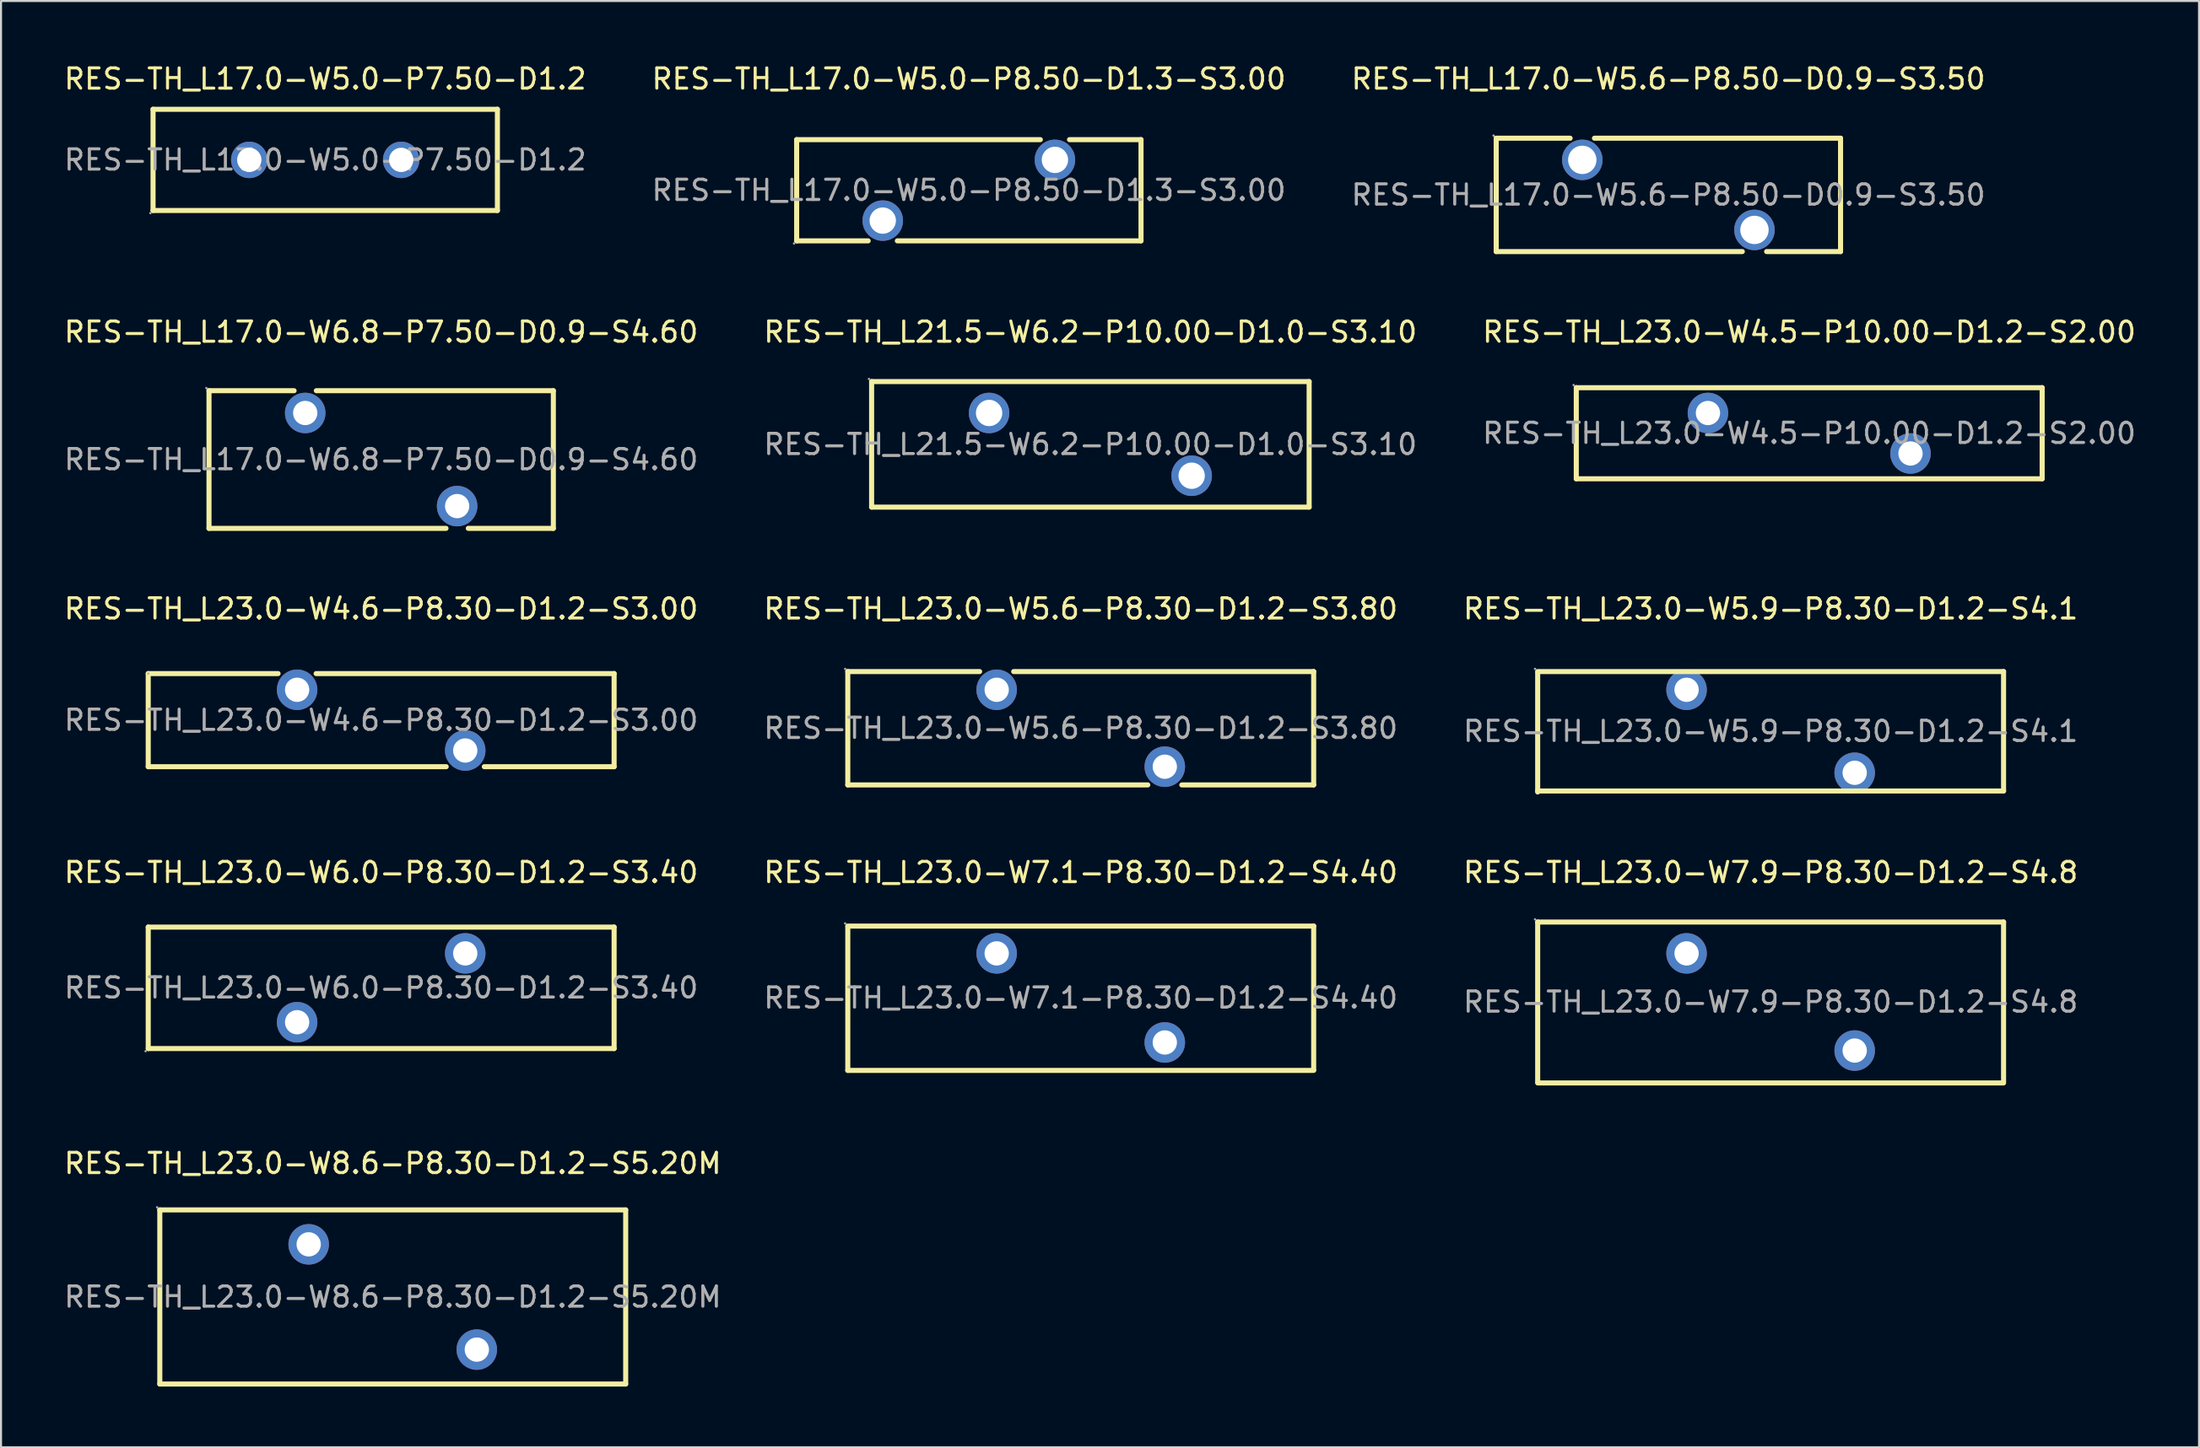
<source format=kicad_pcb>
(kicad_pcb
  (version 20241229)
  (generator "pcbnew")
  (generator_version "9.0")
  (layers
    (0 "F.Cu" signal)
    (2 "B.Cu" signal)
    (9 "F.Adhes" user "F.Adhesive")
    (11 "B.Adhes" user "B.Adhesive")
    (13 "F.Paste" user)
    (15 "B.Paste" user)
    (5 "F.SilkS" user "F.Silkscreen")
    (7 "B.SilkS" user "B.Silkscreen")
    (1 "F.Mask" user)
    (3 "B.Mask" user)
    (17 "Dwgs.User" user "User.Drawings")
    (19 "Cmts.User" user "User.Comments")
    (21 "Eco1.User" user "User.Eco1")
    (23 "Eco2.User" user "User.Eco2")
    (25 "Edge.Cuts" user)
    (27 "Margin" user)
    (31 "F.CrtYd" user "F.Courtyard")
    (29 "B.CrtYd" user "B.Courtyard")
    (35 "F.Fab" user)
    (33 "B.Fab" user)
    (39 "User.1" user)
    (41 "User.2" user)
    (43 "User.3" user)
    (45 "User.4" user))
  (footprint "RES-TH_L23.0-W7.9-P8.30-D1.2-S4.8"
    (layer "F.Cu")
    (at 84.363 46.448)
    (property "Reference" "RES-TH_L23.0-W7.9-P8.30-D1.2-S4.8" (at 0 -6.4 0) (layer "F.SilkS") (effects (font (size 1 1) (thickness 0.15))))
    (attr through_hole)
    (fp_line (start -11.5 -3.95) (end 11.5 -3.95) (stroke (width 0.25) (type solid)) (layer "F.SilkS"))
    (fp_line (start -11.5 3.95) (end -11.5 -3.95) (stroke (width 0.25) (type solid)) (layer "F.SilkS"))
    (fp_line (start 11.5 -3.95) (end 11.5 3.95) (stroke (width 0.25) (type solid)) (layer "F.SilkS"))
    (fp_line (start 11.5 4) (end -11.5 4) (stroke (width 0.25) (type solid)) (layer "F.SilkS"))
    (fp_circle (center -11.63 -4.08) (end -11.6 -4.08) (stroke (width 0.06) (type solid)) (fill no) (layer "F.Fab"))
    (fp_circle (center -4.15 -2.4) (end -3.9 -2.4) (stroke (width 0.5) (type solid)) (fill no) (layer "F.Fab"))
    (fp_circle (center 4.15 2.4) (end 4.4 2.4) (stroke (width 0.5) (type solid)) (fill no) (layer "F.Fab"))
    (fp_text user "${REFERENCE}" (at 0 0 0) (layer "F.Fab") (effects (font (size 1 1) (thickness 0.15))))
    (pad "1" thru_hole circle (at -4.15 -2.4) (size 2 2) (drill 1.2) (layers "*.Cu" "*.Paste" "*.Mask"))
    (pad "2" thru_hole circle (at 4.15 2.4) (size 2 2) (drill 1.2) (layers "*.Cu" "*.Paste" "*.Mask")))
  (footprint "RES-TH_L23.0-W5.9-P8.30-D1.2-S4.1"
    (layer "F.Cu")
    (at 84.363 33.075)
    (property "Reference" "RES-TH_L23.0-W5.9-P8.30-D1.2-S4.1" (at 0 -6.05 0) (layer "F.SilkS") (effects (font (size 1 1) (thickness 0.15))))
    (attr through_hole)
    (fp_line (start -11.5 -2.95) (end 11.5 -2.95) (stroke (width 0.25) (type solid)) (layer "F.SilkS"))
    (fp_line (start -11.5 3) (end -11.5 -2.9) (stroke (width 0.25) (type solid)) (layer "F.SilkS"))
    (fp_line (start 11.5 -2.95) (end 11.5 2.95) (stroke (width 0.25) (type solid)) (layer "F.SilkS"))
    (fp_line (start 11.5 2.95) (end -11.5 2.95) (stroke (width 0.25) (type solid)) (layer "F.SilkS"))
    (fp_circle (center -11.63 -3.08) (end -11.6 -3.08) (stroke (width 0.06) (type solid)) (fill no) (layer "F.Fab"))
    (fp_circle (center -4.15 -2.05) (end -3.9 -2.05) (stroke (width 0.5) (type solid)) (fill no) (layer "F.Fab"))
    (fp_circle (center 4.15 2.05) (end 4.4 2.05) (stroke (width 0.5) (type solid)) (fill no) (layer "F.Fab"))
    (fp_text user "${REFERENCE}" (at 0 0 0) (layer "F.Fab") (effects (font (size 1 1) (thickness 0.15))))
    (pad "1" thru_hole circle (at -4.15 -2.05) (size 2 2) (drill 1.2) (layers "*.Cu" "*.Paste" "*.Mask"))
    (pad "2" thru_hole circle (at 4.15 2.05) (size 2 2) (drill 1.2) (layers "*.Cu" "*.Paste" "*.Mask")))
  (footprint "RES-TH_L23.0-W4.5-P10.00-D1.2-S2.00"
    (layer "F.Cu")
    (at 86.268 18.352)
    (property "Reference" "RES-TH_L23.0-W4.5-P10.00-D1.2-S2.00" (at 0 -5 0) (layer "F.SilkS") (effects (font (size 1 1) (thickness 0.15))))
    (attr through_hole)
    (fp_line (start -11.5 -2.25) (end 11.5 -2.25) (stroke (width 0.25) (type solid)) (layer "F.SilkS"))
    (fp_line (start -11.5 2.25) (end -11.5 -2.25) (stroke (width 0.25) (type solid)) (layer "F.SilkS"))
    (fp_line (start 11.5 -2.25) (end 11.5 2.25) (stroke (width 0.25) (type solid)) (layer "F.SilkS"))
    (fp_line (start 11.5 2.25) (end -11.5 2.25) (stroke (width 0.25) (type solid)) (layer "F.SilkS"))
    (fp_circle (center -11.63 -2.38) (end -11.6 -2.38) (stroke (width 0.06) (type solid)) (fill no) (layer "F.Fab"))
    (fp_circle (center -5 -1) (end -4.75 -1) (stroke (width 0.5) (type solid)) (fill no) (layer "F.Fab"))
    (fp_circle (center 5 1) (end 5.25 1) (stroke (width 0.5) (type solid)) (fill no) (layer "F.Fab"))
    (fp_text user "${REFERENCE}" (at 0 0 0) (layer "F.Fab") (effects (font (size 1 1) (thickness 0.15))))
    (pad "1" thru_hole circle (at -5 -1) (size 2 2) (drill 1.2) (layers "*.Cu" "*.Paste" "*.Mask"))
    (pad "2" thru_hole circle (at 5 1) (size 2 2) (drill 1.2) (layers "*.Cu" "*.Paste" "*.Mask")))
  (footprint "RES-TH_L23.0-W8.6-P8.30-D1.2-S5.20M"
    (layer "F.Cu")
    (at 16.339 61.021)
    (property "Reference" "RES-TH_L23.0-W8.6-P8.30-D1.2-S5.20M" (at 0 -6.6 0) (layer "F.SilkS") (effects (font (size 1 1) (thickness 0.15))))
    (attr through_hole)
    (fp_line (start -11.5 -4.3) (end 11.5 -4.3) (stroke (width 0.25) (type solid)) (layer "F.SilkS"))
    (fp_line (start -11.5 4.3) (end -11.5 -4.3) (stroke (width 0.25) (type solid)) (layer "F.SilkS"))
    (fp_line (start 11.5 -4.3) (end 11.5 4.3) (stroke (width 0.25) (type solid)) (layer "F.SilkS"))
    (fp_line (start 11.5 4.3) (end -11.5 4.3) (stroke (width 0.25) (type solid)) (layer "F.SilkS"))
    (fp_circle (center -11.63 -4.43) (end -11.6 -4.43) (stroke (width 0.06) (type solid)) (fill no) (layer "F.Fab"))
    (fp_circle (center -4.15 -2.6) (end -3.9 -2.6) (stroke (width 0.5) (type solid)) (fill no) (layer "F.Fab"))
    (fp_circle (center 4.15 2.6) (end 4.4 2.6) (stroke (width 0.5) (type solid)) (fill no) (layer "F.Fab"))
    (fp_text user "${REFERENCE}" (at 0 0 0) (layer "F.Fab") (effects (font (size 1 1) (thickness 0.15))))
    (pad "1" thru_hole circle (at -4.15 -2.6) (size 2 2) (drill 1.2) (layers "*.Cu" "*.Paste" "*.Mask"))
    (pad "2" thru_hole circle (at 4.15 2.6) (size 2 2) (drill 1.2) (layers "*.Cu" "*.Paste" "*.Mask")))
  (footprint "RES-TH_L17.0-W5.0-P8.50-D1.3-S3.00"
    (layer "F.Cu")
    (at 44.78 6.348)
    (property "Reference" "RES-TH_L17.0-W5.0-P8.50-D1.3-S3.00" (at 0 -5.5 0) (layer "F.SilkS") (effects (font (size 1 1) (thickness 0.15))))
    (attr through_hole)
    (fp_line (start -8.5 -2.5) (end 3.53 -2.5) (stroke (width 0.25) (type solid)) (layer "F.SilkS"))
    (fp_line (start -8.5 2.5) (end -8.5 -2.5) (stroke (width 0.25) (type solid)) (layer "F.SilkS"))
    (fp_line (start -8.5 2.5) (end -4.97 2.5) (stroke (width 0.25) (type solid)) (layer "F.SilkS"))
    (fp_line (start -3.53 2.5) (end 8.5 2.5) (stroke (width 0.25) (type solid)) (layer "F.SilkS"))
    (fp_line (start 4.97 -2.5) (end 8.5 -2.5) (stroke (width 0.25) (type solid)) (layer "F.SilkS"))
    (fp_line (start 8.5 -2.5) (end 8.5 2.5) (stroke (width 0.25) (type solid)) (layer "F.SilkS"))
    (fp_circle (center -8.63 2.63) (end -8.6 2.63) (stroke (width 0.06) (type solid)) (fill no) (layer "F.Fab"))
    (fp_circle (center -4.25 1.5) (end -3.97 1.5) (stroke (width 0.55) (type solid)) (fill no) (layer "F.Fab"))
    (fp_circle (center 4.25 -1.5) (end 4.53 -1.5) (stroke (width 0.55) (type solid)) (fill no) (layer "F.Fab"))
    (fp_text user "${REFERENCE}" (at 0 0 0) (layer "F.Fab") (effects (font (size 1 1) (thickness 0.15))))
    (pad "1" thru_hole circle (at -4.25 1.5) (size 2 2) (drill 1.3) (layers "*.Cu" "*.Paste" "*.Mask"))
    (pad "2" thru_hole circle (at 4.25 -1.5) (size 2 2) (drill 1.3) (layers "*.Cu" "*.Paste" "*.Mask")))
  (footprint "RES-TH_L21.5-W6.2-P10.00-D1.0-S3.10"
    (layer "F.Cu")
    (at 50.78 18.901)
    (property "Reference" "RES-TH_L21.5-W6.2-P10.00-D1.0-S3.10" (at 0 -5.55 0) (layer "F.SilkS") (effects (font (size 1 1) (thickness 0.15))))
    (attr through_hole)
    (fp_line (start -10.8 -3.1) (end 10.8 -3.1) (stroke (width 0.25) (type solid)) (layer "F.SilkS"))
    (fp_line (start -10.8 3.1) (end -10.8 -3.1) (stroke (width 0.25) (type solid)) (layer "F.SilkS"))
    (fp_line (start 10.8 -3.1) (end 10.8 3.1) (stroke (width 0.25) (type solid)) (layer "F.SilkS"))
    (fp_line (start 10.8 3.1) (end -10.8 3.1) (stroke (width 0.25) (type solid)) (layer "F.SilkS"))
    (fp_circle (center -10.93 -3.23) (end -10.9 -3.23) (stroke (width 0.06) (type solid)) (fill no) (layer "F.Fab"))
    (fp_circle (center -5 -1.55) (end -4.72 -1.55) (stroke (width 0.55) (type solid)) (fill no) (layer "F.Fab"))
    (fp_circle (center 5 1.55) (end 5.28 1.55) (stroke (width 0.55) (type solid)) (fill no) (layer "F.Fab"))
    (fp_text user "${REFERENCE}" (at 0 0 0) (layer "F.Fab") (effects (font (size 1 1) (thickness 0.15))))
    (pad "1" thru_hole circle (at -5 -1.55) (size 2 2) (drill 1.3) (layers "*.Cu" "*.Paste" "*.Mask"))
    (pad "2" thru_hole circle (at 5 1.55) (size 2 2) (drill 1.3) (layers "*.Cu" "*.Paste" "*.Mask")))
  (footprint "RES-TH_L23.0-W5.6-P8.30-D1.2-S3.80"
    (layer "F.Cu")
    (at 50.304 32.925)
    (property "Reference" "RES-TH_L23.0-W5.6-P8.30-D1.2-S3.80" (at 0 -5.9 0) (layer "F.SilkS") (effects (font (size 1 1) (thickness 0.15))))
    (attr through_hole)
    (fp_line (start -11.5 -2.8) (end -4.99 -2.8) (stroke (width 0.25) (type solid)) (layer "F.SilkS"))
    (fp_line (start -11.5 2.8) (end -11.5 -2.8) (stroke (width 0.25) (type solid)) (layer "F.SilkS"))
    (fp_line (start -3.31 -2.8) (end 11.5 -2.8) (stroke (width 0.25) (type solid)) (layer "F.SilkS"))
    (fp_line (start 3.31 2.8) (end -11.5 2.8) (stroke (width 0.25) (type solid)) (layer "F.SilkS"))
    (fp_line (start 11.5 -2.8) (end 11.5 2.8) (stroke (width 0.25) (type solid)) (layer "F.SilkS"))
    (fp_line (start 11.5 2.8) (end 4.99 2.8) (stroke (width 0.25) (type solid)) (layer "F.SilkS"))
    (fp_circle (center -11.63 -2.93) (end -11.6 -2.93) (stroke (width 0.06) (type solid)) (fill no) (layer "F.Fab"))
    (fp_circle (center -4.15 -1.9) (end -3.9 -1.9) (stroke (width 0.5) (type solid)) (fill no) (layer "F.Fab"))
    (fp_circle (center 4.15 1.9) (end 4.4 1.9) (stroke (width 0.5) (type solid)) (fill no) (layer "F.Fab"))
    (fp_text user "${REFERENCE}" (at 0 0 0) (layer "F.Fab") (effects (font (size 1 1) (thickness 0.15))))
    (pad "1" thru_hole circle (at -4.15 -1.9) (size 2 2) (drill 1.2) (layers "*.Cu" "*.Paste" "*.Mask"))
    (pad "2" thru_hole circle (at 4.15 1.9) (size 2 2) (drill 1.2) (layers "*.Cu" "*.Paste" "*.Mask")))
  (footprint "RES-TH_L17.0-W5.0-P7.50-D1.2"
    (layer "F.Cu")
    (at 13.006 4.848)
    (property "Reference" "RES-TH_L17.0-W5.0-P7.50-D1.2" (at 0 -4 0) (layer "F.SilkS") (effects (font (size 1 1) (thickness 0.15))))
    (attr through_hole)
    (fp_line (start -8.5 -2.5) (end 8.5 -2.5) (stroke (width 0.25) (type solid)) (layer "F.SilkS"))
    (fp_line (start -8.5 2.5) (end -8.5 -2.5) (stroke (width 0.25) (type solid)) (layer "F.SilkS"))
    (fp_line (start 8.5 -2.5) (end 8.5 2.5) (stroke (width 0.25) (type solid)) (layer "F.SilkS"))
    (fp_line (start 8.5 2.5) (end -8.5 2.5) (stroke (width 0.25) (type solid)) (layer "F.SilkS"))
    (fp_circle (center -8.63 2.63) (end -8.6 2.63) (stroke (width 0.06) (type solid)) (fill no) (layer "F.Fab"))
    (fp_circle (center -3.75 0) (end -3.5 0) (stroke (width 0.5) (type solid)) (fill no) (layer "F.Fab"))
    (fp_circle (center 3.75 0) (end 4 0) (stroke (width 0.5) (type solid)) (fill no) (layer "F.Fab"))
    (fp_text user "${REFERENCE}" (at 0 0 0) (layer "F.Fab") (effects (font (size 1 1) (thickness 0.15))))
    (pad "1" thru_hole circle (at -3.75 0) (size 1.8 1.8) (drill 1.2) (layers "*.Cu" "*.Paste" "*.Mask"))
    (pad "2" thru_hole circle (at 3.75 0) (size 1.8 1.8) (drill 1.2) (layers "*.Cu" "*.Paste" "*.Mask")))
  (footprint "RES-TH_L17.0-W6.8-P7.50-D0.9-S4.60"
    (layer "F.Cu")
    (at 15.768 19.651)
    (property "Reference" "RES-TH_L17.0-W6.8-P7.50-D0.9-S4.60" (at 0 -6.3 0) (layer "F.SilkS") (effects (font (size 1 1) (thickness 0.15))))
    (attr through_hole)
    (fp_line (start -8.5 -3.4) (end -8.5 3.4) (stroke (width 0.25) (type solid)) (layer "F.SilkS"))
    (fp_line (start -8.5 -3.4) (end -4.3 -3.4) (stroke (width 0.25) (type solid)) (layer "F.SilkS"))
    (fp_line (start -8.5 3.4) (end 3.2 3.4) (stroke (width 0.25) (type solid)) (layer "F.SilkS"))
    (fp_line (start -3.2 -3.4) (end 8.5 -3.4) (stroke (width 0.25) (type solid)) (layer "F.SilkS"))
    (fp_line (start 4.3 3.4) (end 8.5 3.4) (stroke (width 0.25) (type solid)) (layer "F.SilkS"))
    (fp_line (start 8.5 -3.4) (end 8.5 3.4) (stroke (width 0.25) (type solid)) (layer "F.SilkS"))
    (fp_circle (center -8.63 -3.53) (end -8.6 -3.53) (stroke (width 0.06) (type solid)) (fill no) (layer "F.Fab"))
    (fp_circle (center -3.75 -2.3) (end -3.5 -2.3) (stroke (width 0.5) (type solid)) (fill no) (layer "F.Fab"))
    (fp_circle (center 3.75 2.3) (end 4 2.3) (stroke (width 0.5) (type solid)) (fill no) (layer "F.Fab"))
    (fp_text user "${REFERENCE}" (at 0 0 0) (layer "F.Fab") (effects (font (size 1 1) (thickness 0.15))))
    (pad "1" thru_hole circle (at -3.75 -2.3) (size 2 2) (drill 1.2) (layers "*.Cu" "*.Paste" "*.Mask"))
    (pad "2" thru_hole circle (at 3.75 2.3) (size 2 2) (drill 1.2) (layers "*.Cu" "*.Paste" "*.Mask")))
  (footprint "RES-TH_L23.0-W7.1-P8.30-D1.2-S4.40"
    (layer "F.Cu")
    (at 50.304 46.248)
    (property "Reference" "RES-TH_L23.0-W7.1-P8.30-D1.2-S4.40" (at 0 -6.2 0) (layer "F.SilkS") (effects (font (size 1 1) (thickness 0.15))))
    (attr through_hole)
    (fp_line (start -11.5 -3.55) (end 11.5 -3.55) (stroke (width 0.25) (type solid)) (layer "F.SilkS"))
    (fp_line (start -11.5 3.58) (end -11.5 -3.52) (stroke (width 0.25) (type solid)) (layer "F.SilkS"))
    (fp_line (start 11.5 -3.55) (end 11.5 3.55) (stroke (width 0.25) (type solid)) (layer "F.SilkS"))
    (fp_line (start 11.5 3.58) (end -11.5 3.58) (stroke (width 0.25) (type solid)) (layer "F.SilkS"))
    (fp_circle (center -11.63 -3.68) (end -11.6 -3.68) (stroke (width 0.06) (type solid)) (fill no) (layer "F.Fab"))
    (fp_circle (center -4.15 -2.2) (end -3.9 -2.2) (stroke (width 0.5) (type solid)) (fill no) (layer "F.Fab"))
    (fp_circle (center 4.15 2.2) (end 4.4 2.2) (stroke (width 0.5) (type solid)) (fill no) (layer "F.Fab"))
    (fp_text user "${REFERENCE}" (at 0 0 0) (layer "F.Fab") (effects (font (size 1 1) (thickness 0.15))))
    (pad "1" thru_hole circle (at -4.15 -2.2) (size 2 2) (drill 1.2) (layers "*.Cu" "*.Paste" "*.Mask"))
    (pad "2" thru_hole circle (at 4.15 2.2) (size 2 2) (drill 1.2) (layers "*.Cu" "*.Paste" "*.Mask")))
  (footprint "RES-TH_L23.0-W6.0-P8.30-D1.2-S3.40"
    (layer "F.Cu")
    (at 15.768 45.748)
    (property "Reference" "RES-TH_L23.0-W6.0-P8.30-D1.2-S3.40" (at 0 -5.7 0) (layer "F.SilkS") (effects (font (size 1 1) (thickness 0.15))))
    (attr through_hole)
    (fp_line (start -11.5 -3) (end 11.5 -3) (stroke (width 0.25) (type solid)) (layer "F.SilkS"))
    (fp_line (start -11.5 3) (end -11.5 -3) (stroke (width 0.25) (type solid)) (layer "F.SilkS"))
    (fp_line (start 11.5 -3) (end 11.5 3) (stroke (width 0.25) (type solid)) (layer "F.SilkS"))
    (fp_line (start 11.5 3) (end -11.5 3) (stroke (width 0.25) (type solid)) (layer "F.SilkS"))
    (fp_circle (center -11.63 3.13) (end -11.6 3.13) (stroke (width 0.06) (type solid)) (fill no) (layer "F.Fab"))
    (fp_circle (center -4.15 1.7) (end -3.9 1.7) (stroke (width 0.5) (type solid)) (fill no) (layer "F.Fab"))
    (fp_circle (center 4.15 -1.7) (end 4.4 -1.7) (stroke (width 0.5) (type solid)) (fill no) (layer "F.Fab"))
    (fp_text user "${REFERENCE}" (at 0 0 0) (layer "F.Fab") (effects (font (size 1 1) (thickness 0.15))))
    (pad "1" thru_hole circle (at -4.15 1.7) (size 2 2) (drill 1.2) (layers "*.Cu" "*.Paste" "*.Mask"))
    (pad "2" thru_hole circle (at 4.15 -1.7) (size 2 2) (drill 1.2) (layers "*.Cu" "*.Paste" "*.Mask")))
  (footprint "RES-TH_L17.0-W5.6-P8.50-D0.9-S3.50"
    (layer "F.Cu")
    (at 79.315 6.578)
    (property "Reference" "RES-TH_L17.0-W5.6-P8.50-D0.9-S3.50" (at 0 -5.73 0) (layer "F.SilkS") (effects (font (size 1 1) (thickness 0.15))))
    (attr through_hole)
    (fp_line (start -8.5 -2.8) (end -4.85 -2.8) (stroke (width 0.25) (type solid)) (layer "F.SilkS"))
    (fp_line (start -8.5 2.8) (end -8.5 -2.8) (stroke (width 0.25) (type solid)) (layer "F.SilkS"))
    (fp_line (start -8.5 2.8) (end 3.65 2.8) (stroke (width 0.25) (type solid)) (layer "F.SilkS"))
    (fp_line (start -3.65 -2.8) (end 8.5 -2.8) (stroke (width 0.25) (type solid)) (layer "F.SilkS"))
    (fp_line (start 4.85 2.8) (end 8.5 2.8) (stroke (width 0.25) (type solid)) (layer "F.SilkS"))
    (fp_line (start 8.5 -2.8) (end 8.5 2.8) (stroke (width 0.25) (type solid)) (layer "F.SilkS"))
    (fp_circle (center -8.63 -2.93) (end -8.6 -2.93) (stroke (width 0.06) (type solid)) (fill no) (layer "F.Fab"))
    (fp_circle (center -4.25 -1.73) (end -3.95 -1.73) (stroke (width 0.6) (type solid)) (fill no) (layer "F.Fab"))
    (fp_circle (center 4.25 1.73) (end 4.55 1.73) (stroke (width 0.6) (type solid)) (fill no) (layer "F.Fab"))
    (fp_text user "${REFERENCE}" (at 0 0 0) (layer "F.Fab") (effects (font (size 1 1) (thickness 0.15))))
    (pad "1" thru_hole circle (at -4.25 -1.73) (size 2 2) (drill 1.4) (layers "*.Cu" "*.Paste" "*.Mask"))
    (pad "2" thru_hole circle (at 4.25 1.73) (size 2 2) (drill 1.4) (layers "*.Cu" "*.Paste" "*.Mask")))
  (footprint "RES-TH_L23.0-W4.6-P8.30-D1.2-S3.00"
    (layer "F.Cu")
    (at 15.768 32.525)
    (property "Reference" "RES-TH_L23.0-W4.6-P8.30-D1.2-S3.00" (at 0 -5.5 0) (layer "F.SilkS") (effects (font (size 1 1) (thickness 0.15))))
    (attr through_hole)
    (fp_line (start -11.5 -2.3) (end -5.09 -2.3) (stroke (width 0.25) (type solid)) (layer "F.SilkS"))
    (fp_line (start -11.5 2.3) (end -11.5 -2.3) (stroke (width 0.25) (type solid)) (layer "F.SilkS"))
    (fp_line (start -3.21 -2.3) (end 11.5 -2.3) (stroke (width 0.25) (type solid)) (layer "F.SilkS"))
    (fp_line (start 3.21 2.3) (end -11.5 2.3) (stroke (width 0.25) (type solid)) (layer "F.SilkS"))
    (fp_line (start 11.5 -2.3) (end 11.5 2.3) (stroke (width 0.25) (type solid)) (layer "F.SilkS"))
    (fp_line (start 11.5 2.3) (end 5.09 2.3) (stroke (width 0.25) (type solid)) (layer "F.SilkS"))
    (fp_circle (center -11.5 -2.3) (end -11.47 -2.3) (stroke (width 0.06) (type solid)) (fill no) (layer "F.Fab"))
    (fp_circle (center -4.15 -1.5) (end -3.9 -1.5) (stroke (width 0.5) (type solid)) (fill no) (layer "F.Fab"))
    (fp_circle (center 4.15 1.5) (end 4.4 1.5) (stroke (width 0.5) (type solid)) (fill no) (layer "F.Fab"))
    (fp_text user "${REFERENCE}" (at 0 0 0) (layer "F.Fab") (effects (font (size 1 1) (thickness 0.15))))
    (pad "1" thru_hole circle (at -4.15 -1.5) (size 2 2) (drill 1.2) (layers "*.Cu" "*.Paste" "*.Mask"))
    (pad "2" thru_hole circle (at 4.15 1.5) (size 2 2) (drill 1.2) (layers "*.Cu" "*.Paste" "*.Mask")))
  (gr_rect
    (start -3 -3)
    (end 105.512 68.446)
    (stroke (width 0.1) (type default))
    (fill no)
    (layer "Edge.Cuts")))
</source>
